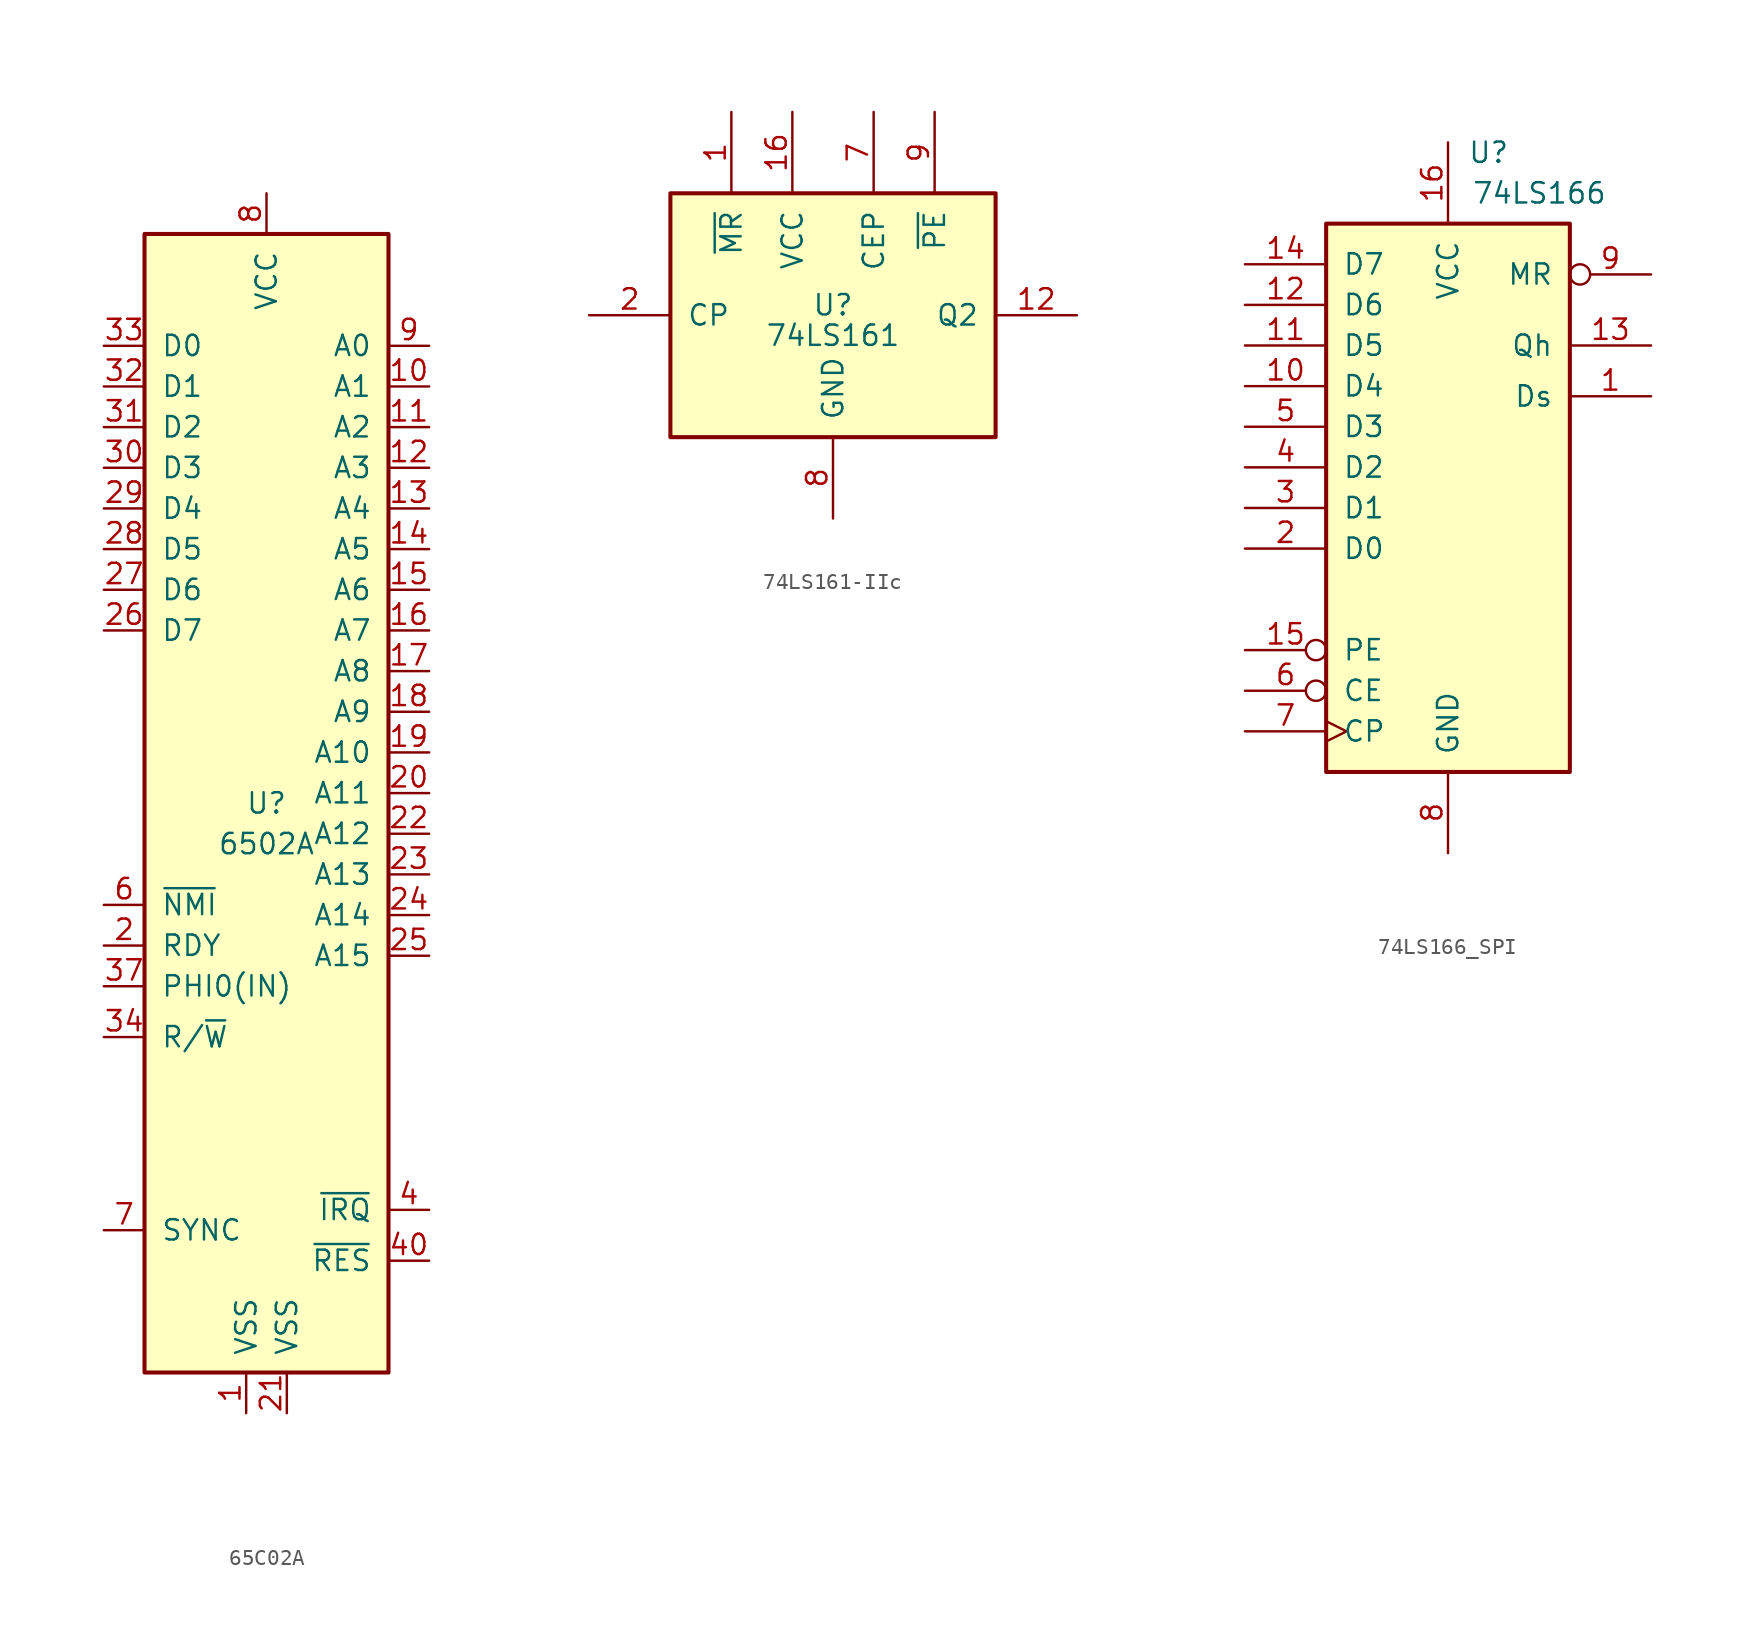
<source format=kicad_sym>
(kicad_symbol_lib
  (version 20220914)
  (generator kicad_symbol_editor)
  (symbol "65C02A"
    (pin_names
      (offset 1.016))
    (property "Reference" "U"
      (at 0 0 0)
      (effects (font (size 1.27 1.27))))
    (property "Value" "6502A"
      (at 0 -2.54 0)
      (effects (font (size 1.27 1.27))))
    (symbol "65C02A_0_1"
      (rectangle (start -7.62 35.56) (end 7.62 -35.56) (stroke (width 0.254) (type solid)) (fill (type background))))
    (symbol "65C02A_1_1"
      (pin input line (at -1.27 -38.1 90) (length 2.54) (name "VSS" (effects (font (size 1.27 1.27)))) (number "1" (effects (font (size 1.27 1.27)))))
      (pin tri_state line (at 10.16 26.035 180) (length 2.54) (name "A1" (effects (font (size 1.27 1.27)))) (number "10" (effects (font (size 1.27 1.27)))))
      (pin tri_state line (at 10.16 23.495 180) (length 2.54) (name "A2" (effects (font (size 1.27 1.27)))) (number "11" (effects (font (size 1.27 1.27)))))
      (pin tri_state line (at 10.16 20.955 180) (length 2.54) (name "A3" (effects (font (size 1.27 1.27)))) (number "12" (effects (font (size 1.27 1.27)))))
      (pin tri_state line (at 10.16 18.415 180) (length 2.54) (name "A4" (effects (font (size 1.27 1.27)))) (number "13" (effects (font (size 1.27 1.27)))))
      (pin tri_state line (at 10.16 15.875 180) (length 2.54) (name "A5" (effects (font (size 1.27 1.27)))) (number "14" (effects (font (size 1.27 1.27)))))
      (pin tri_state line (at 10.16 13.335 180) (length 2.54) (name "A6" (effects (font (size 1.27 1.27)))) (number "15" (effects (font (size 1.27 1.27)))))
      (pin tri_state line (at 10.16 10.795 180) (length 2.54) (name "A7" (effects (font (size 1.27 1.27)))) (number "16" (effects (font (size 1.27 1.27)))))
      (pin tri_state line (at 10.16 8.255 180) (length 2.54) (name "A8" (effects (font (size 1.27 1.27)))) (number "17" (effects (font (size 1.27 1.27)))))
      (pin tri_state line (at 10.16 5.715 180) (length 2.54) (name "A9" (effects (font (size 1.27 1.27)))) (number "18" (effects (font (size 1.27 1.27)))))
      (pin tri_state line (at 10.16 3.175 180) (length 2.54) (name "A10" (effects (font (size 1.27 1.27)))) (number "19" (effects (font (size 1.27 1.27)))))
      (pin input line (at -10.16 -8.89 0) (length 2.54) (name "RDY" (effects (font (size 1.27 1.27)))) (number "2" (effects (font (size 1.27 1.27)))))
      (pin tri_state line (at 10.16 0.635 180) (length 2.54) (name "A11" (effects (font (size 1.27 1.27)))) (number "20" (effects (font (size 1.27 1.27)))))
      (pin input line (at 1.27 -38.1 90) (length 2.54) (name "VSS" (effects (font (size 1.27 1.27)))) (number "21" (effects (font (size 1.27 1.27)))))
      (pin tri_state line (at 10.16 -1.905 180) (length 2.54) (name "A12" (effects (font (size 1.27 1.27)))) (number "22" (effects (font (size 1.27 1.27)))))
      (pin tri_state line (at 10.16 -4.445 180) (length 2.54) (name "A13" (effects (font (size 1.27 1.27)))) (number "23" (effects (font (size 1.27 1.27)))))
      (pin tri_state line (at 10.16 -6.985 180) (length 2.54) (name "A14" (effects (font (size 1.27 1.27)))) (number "24" (effects (font (size 1.27 1.27)))))
      (pin tri_state line (at 10.16 -9.525 180) (length 2.54) (name "A15" (effects (font (size 1.27 1.27)))) (number "25" (effects (font (size 1.27 1.27)))))
      (pin bidirectional line (at -10.16 10.795 0) (length 2.54) (name "D7" (effects (font (size 1.27 1.27)))) (number "26" (effects (font (size 1.27 1.27)))))
      (pin bidirectional line (at -10.16 13.335 0) (length 2.54) (name "D6" (effects (font (size 1.27 1.27)))) (number "27" (effects (font (size 1.27 1.27)))))
      (pin bidirectional line (at -10.16 15.875 0) (length 2.54) (name "D5" (effects (font (size 1.27 1.27)))) (number "28" (effects (font (size 1.27 1.27)))))
      (pin bidirectional line (at -10.16 18.415 0) (length 2.54) (name "D4" (effects (font (size 1.27 1.27)))) (number "29" (effects (font (size 1.27 1.27)))))
      (pin bidirectional line (at -10.16 20.955 0) (length 2.54) (name "D3" (effects (font (size 1.27 1.27)))) (number "30" (effects (font (size 1.27 1.27)))))
      (pin bidirectional line (at -10.16 23.495 0) (length 2.54) (name "D2" (effects (font (size 1.27 1.27)))) (number "31" (effects (font (size 1.27 1.27)))))
      (pin bidirectional line (at -10.16 26.035 0) (length 2.54) (name "D1" (effects (font (size 1.27 1.27)))) (number "32" (effects (font (size 1.27 1.27)))))
      (pin bidirectional line (at -10.16 28.575 0) (length 2.54) (name "D0" (effects (font (size 1.27 1.27)))) (number "33" (effects (font (size 1.27 1.27)))))
      (pin output line (at -10.16 -14.605 0) (length 2.54) (name "R/~{W}" (effects (font (size 1.27 1.27)))) (number "34" (effects (font (size 1.27 1.27)))))
      (pin input line (at -10.16 -11.43 0) (length 2.54) (name "PHI0(IN)" (effects (font (size 1.27 1.27)))) (number "37" (effects (font (size 1.27 1.27)))))
      (pin input line (at 10.16 -25.4 180) (length 2.54) (name "~{IRQ}" (effects (font (size 1.27 1.27)))) (number "4" (effects (font (size 1.27 1.27)))))
      (pin input line (at 10.16 -28.575 180) (length 2.54) (name "~{RES}" (effects (font (size 1.27 1.27)))) (number "40" (effects (font (size 1.27 1.27)))))
      (pin input line (at -10.16 -6.35 0) (length 2.54) (name "~{NMI}" (effects (font (size 1.27 1.27)))) (number "6" (effects (font (size 1.27 1.27)))))
      (pin output line (at -10.16 -26.67 0) (length 2.54) (name "SYNC" (effects (font (size 1.27 1.27)))) (number "7" (effects (font (size 1.27 1.27)))))
      (pin input line (at 0 38.1 270) (length 2.54) (name "VCC" (effects (font (size 1.27 1.27)))) (number "8" (effects (font (size 1.27 1.27)))))
      (pin tri_state line (at 10.16 28.575 180) (length 2.54) (name "A0" (effects (font (size 1.27 1.27)))) (number "9" (effects (font (size 1.27 1.27)))))))
  (symbol "74LS161-IIc"
    (pin_names
      (offset 1.016))
    (property "Reference" "U"
      (at 0 0.635 0)
      (effects (font (size 1.27 1.27))))
    (property "Value" "74LS161"
      (at 0 -1.27 0)
      (effects (font (size 1.27 1.27))))
    (symbol "74LS161-IIc_1_0"
      (pin input line (at -6.35 12.7 270) (length 5.08) (name "~{MR}" (effects (font (size 1.27 1.27)))) (number "1" (effects (font (size 1.27 1.27)))))
      (pin output line (at 15.24 0 180) (length 5.08) (name "Q2" (effects (font (size 1.27 1.27)))) (number "12" (effects (font (size 1.27 1.27)))))
      (pin power_in line (at -2.54 12.7 270) (length 5.08) (name "VCC" (effects (font (size 1.27 1.27)))) (number "16" (effects (font (size 1.27 1.27)))))
      (pin input line (at -15.24 0 0) (length 5.08) (name "CP" (effects (font (size 1.27 1.27)))) (number "2" (effects (font (size 1.27 1.27)))))
      (pin input line (at 2.54 12.7 270) (length 5.08) (name "CEP" (effects (font (size 1.27 1.27)))) (number "7" (effects (font (size 1.27 1.27)))))
      (pin power_in line (at 0 -12.7 90) (length 5.08) (name "GND" (effects (font (size 1.27 1.27)))) (number "8" (effects (font (size 1.27 1.27)))))
      (pin input line (at 6.35 12.7 270) (length 5.08) (name "~{PE}" (effects (font (size 1.27 1.27)))) (number "9" (effects (font (size 1.27 1.27))))))
    (symbol "74LS161-IIc_1_1"
      (rectangle (start -10.16 7.62) (end 10.16 -7.62) (stroke (width 0.254) (type default)) (fill (type background)))))
  (symbol "74LS166_SPI"
    (pin_names
      (offset 1.016))
    (property "Reference" "U"
      (at 2.54 19.685 0)
      (effects (font (size 1.27 1.27))))
    (property "Value" "74LS166"
      (at 5.715 17.145 0)
      (effects (font (size 1.27 1.27))))
    (property "ki_locked" ""
      (at 0 0 0)
      (effects (font (size 1.27 1.27))))
    (symbol "74LS166_SPI_1_0"
      (pin input line (at 12.7 4.445 180) (length 5.08) (name "Ds" (effects (font (size 1.27 1.27)))) (number "1" (effects (font (size 1.27 1.27)))))
      (pin input line (at -12.7 5.08 0) (length 5.08) (name "D4" (effects (font (size 1.27 1.27)))) (number "10" (effects (font (size 1.27 1.27)))))
      (pin input line (at -12.7 7.62 0) (length 5.08) (name "D5" (effects (font (size 1.27 1.27)))) (number "11" (effects (font (size 1.27 1.27)))))
      (pin input line (at -12.7 10.16 0) (length 5.08) (name "D6" (effects (font (size 1.27 1.27)))) (number "12" (effects (font (size 1.27 1.27)))))
      (pin output line (at 12.7 7.62 180) (length 5.08) (name "Qh" (effects (font (size 1.27 1.27)))) (number "13" (effects (font (size 1.27 1.27)))))
      (pin input line (at -12.7 12.7 0) (length 5.08) (name "D7" (effects (font (size 1.27 1.27)))) (number "14" (effects (font (size 1.27 1.27)))))
      (pin input inverted (at -12.7 -11.43 0) (length 5.08) (name "PE" (effects (font (size 1.27 1.27)))) (number "15" (effects (font (size 1.27 1.27)))))
      (pin power_in line (at 0 20.32 270) (length 5.08) (name "VCC" (effects (font (size 1.27 1.27)))) (number "16" (effects (font (size 1.27 1.27)))))
      (pin input line (at -12.7 -5.08 0) (length 5.08) (name "D0" (effects (font (size 1.27 1.27)))) (number "2" (effects (font (size 1.27 1.27)))))
      (pin input line (at -12.7 -2.54 0) (length 5.08) (name "D1" (effects (font (size 1.27 1.27)))) (number "3" (effects (font (size 1.27 1.27)))))
      (pin input line (at -12.7 0 0) (length 5.08) (name "D2" (effects (font (size 1.27 1.27)))) (number "4" (effects (font (size 1.27 1.27)))))
      (pin input line (at -12.7 2.54 0) (length 5.08) (name "D3" (effects (font (size 1.27 1.27)))) (number "5" (effects (font (size 1.27 1.27)))))
      (pin input inverted (at -12.7 -13.97 0) (length 5.08) (name "CE" (effects (font (size 1.27 1.27)))) (number "6" (effects (font (size 1.27 1.27)))))
      (pin input clock (at -12.7 -16.51 0) (length 5.08) (name "CP" (effects (font (size 1.27 1.27)))) (number "7" (effects (font (size 1.27 1.27)))))
      (pin power_in line (at 0 -24.13 90) (length 5.08) (name "GND" (effects (font (size 1.27 1.27)))) (number "8" (effects (font (size 1.27 1.27)))))
      (pin input inverted (at 12.7 12.065 180) (length 5.08) (name "MR" (effects (font (size 1.27 1.27)))) (number "9" (effects (font (size 1.27 1.27))))))
    (symbol "74LS166_SPI_1_1"
      (rectangle (start -7.62 15.24) (end 7.62 -19.05) (stroke (width 0.254) (type solid)) (fill (type background))))))
</source>
